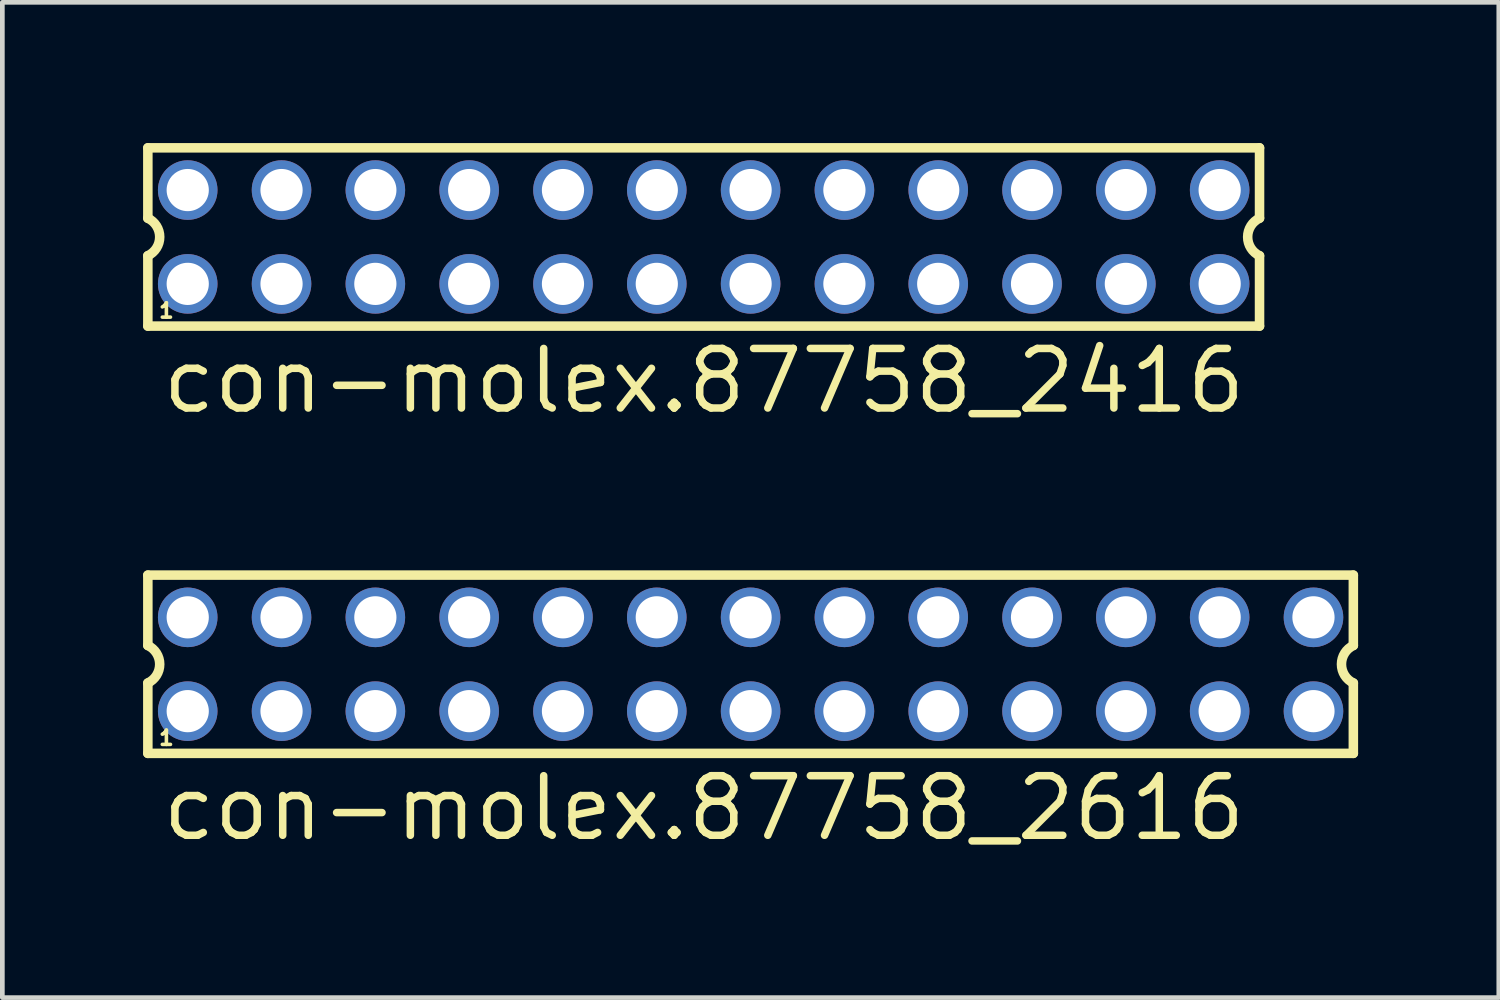
<source format=kicad_pcb>
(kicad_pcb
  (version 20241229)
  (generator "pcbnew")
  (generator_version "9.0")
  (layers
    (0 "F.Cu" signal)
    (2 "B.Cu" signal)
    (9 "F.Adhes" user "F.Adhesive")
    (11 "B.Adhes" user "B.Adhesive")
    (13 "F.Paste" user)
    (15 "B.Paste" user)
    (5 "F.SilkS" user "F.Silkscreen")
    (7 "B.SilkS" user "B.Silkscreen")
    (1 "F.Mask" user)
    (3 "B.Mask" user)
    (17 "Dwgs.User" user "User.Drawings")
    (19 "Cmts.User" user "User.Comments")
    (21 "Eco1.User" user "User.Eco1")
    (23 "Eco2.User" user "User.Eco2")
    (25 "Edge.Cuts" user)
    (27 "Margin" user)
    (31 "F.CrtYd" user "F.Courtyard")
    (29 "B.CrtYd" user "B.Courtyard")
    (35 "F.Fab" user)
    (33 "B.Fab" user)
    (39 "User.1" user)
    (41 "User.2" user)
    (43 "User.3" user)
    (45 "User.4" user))
  (footprint "con-molex.87758_2616"
    (layer "F.Cu")
    (at 12.952 11.111)
    (property "Reference" "con-molex.87758_2616" (at -12.62 3.81 0) (layer "F.SilkS") (effects (font (size 1.27 1.27) (thickness 0.16)) (justify left bottom)))
    (attr through_hole)
    (fp_line (start -12.85 -1.9) (end -12.85 -0.4) (stroke (width 0.203) (type default)) (layer "F.SilkS"))
    (fp_line (start -12.85 0.4) (end -12.85 1.9) (stroke (width 0.203) (type default)) (layer "F.SilkS"))
    (fp_line (start -12.85 1.9) (end 12.85 1.9) (stroke (width 0.203) (type default)) (layer "F.SilkS"))
    (fp_line (start 12.85 -1.9) (end -12.85 -1.9) (stroke (width 0.203) (type default)) (layer "F.SilkS"))
    (fp_line (start 12.85 -0.4) (end 12.85 -1.9) (stroke (width 0.203) (type default)) (layer "F.SilkS"))
    (fp_line (start 12.85 1.9) (end 12.85 0.4) (stroke (width 0.203) (type default)) (layer "F.SilkS"))
    (fp_arc (start -12.85 -0.4) (mid -12.597168 0) (end -12.85 0.4) (stroke (width 0.2032) (type default)) (layer "F.SilkS"))
    (fp_arc (start 12.85 0.4) (mid 12.597168 0) (end 12.85 -0.4) (stroke (width 0.2032) (type default)) (layer "F.SilkS"))
    (fp_rect (start -12.25 -0.75) (end -11.75 -1.25) (stroke (width 0.05) (type default)) (fill no) (layer "F.Fab"))
    (fp_rect (start -12.25 1.25) (end -11.75 0.75) (stroke (width 0.05) (type default)) (fill no) (layer "F.Fab"))
    (fp_rect (start -10.25 -0.75) (end -9.75 -1.25) (stroke (width 0.05) (type default)) (fill no) (layer "F.Fab"))
    (fp_rect (start -10.25 1.25) (end -9.75 0.75) (stroke (width 0.05) (type default)) (fill no) (layer "F.Fab"))
    (fp_rect (start -8.25 -0.75) (end -7.75 -1.25) (stroke (width 0.05) (type default)) (fill no) (layer "F.Fab"))
    (fp_rect (start -8.25 1.25) (end -7.75 0.75) (stroke (width 0.05) (type default)) (fill no) (layer "F.Fab"))
    (fp_rect (start -6.25 -0.75) (end -5.75 -1.25) (stroke (width 0.05) (type default)) (fill no) (layer "F.Fab"))
    (fp_rect (start -6.25 1.25) (end -5.75 0.75) (stroke (width 0.05) (type default)) (fill no) (layer "F.Fab"))
    (fp_rect (start -4.25 -0.75) (end -3.75 -1.25) (stroke (width 0.05) (type default)) (fill no) (layer "F.Fab"))
    (fp_rect (start -4.25 1.25) (end -3.75 0.75) (stroke (width 0.05) (type default)) (fill no) (layer "F.Fab"))
    (fp_rect (start -2.25 -0.75) (end -1.75 -1.25) (stroke (width 0.05) (type default)) (fill no) (layer "F.Fab"))
    (fp_rect (start -2.25 1.25) (end -1.75 0.75) (stroke (width 0.05) (type default)) (fill no) (layer "F.Fab"))
    (fp_rect (start -0.25 -0.75) (end 0.25 -1.25) (stroke (width 0.05) (type default)) (fill no) (layer "F.Fab"))
    (fp_rect (start -0.25 1.25) (end 0.25 0.75) (stroke (width 0.05) (type default)) (fill no) (layer "F.Fab"))
    (fp_rect (start 1.75 -0.75) (end 2.25 -1.25) (stroke (width 0.05) (type default)) (fill no) (layer "F.Fab"))
    (fp_rect (start 1.75 1.25) (end 2.25 0.75) (stroke (width 0.05) (type default)) (fill no) (layer "F.Fab"))
    (fp_rect (start 3.75 -0.75) (end 4.25 -1.25) (stroke (width 0.05) (type default)) (fill no) (layer "F.Fab"))
    (fp_rect (start 3.75 1.25) (end 4.25 0.75) (stroke (width 0.05) (type default)) (fill no) (layer "F.Fab"))
    (fp_rect (start 5.75 -0.75) (end 6.25 -1.25) (stroke (width 0.05) (type default)) (fill no) (layer "F.Fab"))
    (fp_rect (start 5.75 1.25) (end 6.25 0.75) (stroke (width 0.05) (type default)) (fill no) (layer "F.Fab"))
    (fp_rect (start 7.75 -0.75) (end 8.25 -1.25) (stroke (width 0.05) (type default)) (fill no) (layer "F.Fab"))
    (fp_rect (start 7.75 1.25) (end 8.25 0.75) (stroke (width 0.05) (type default)) (fill no) (layer "F.Fab"))
    (fp_rect (start 9.75 -0.75) (end 10.25 -1.25) (stroke (width 0.05) (type default)) (fill no) (layer "F.Fab"))
    (fp_rect (start 9.75 1.25) (end 10.25 0.75) (stroke (width 0.05) (type default)) (fill no) (layer "F.Fab"))
    (fp_rect (start 11.75 -0.75) (end 12.25 -1.25) (stroke (width 0.05) (type default)) (fill no) (layer "F.Fab"))
    (fp_rect (start 11.75 1.25) (end 12.25 0.75) (stroke (width 0.05) (type default)) (fill no) (layer "F.Fab"))
    (fp_text user "1" (at -12.65 1.75 0) (layer "F.SilkS") (effects (font (size 0.305 0.305) (thickness 0.15)) (justify left bottom)))
    (pad "1" thru_hole circle (at -12 1) (size 1.27 1.27) (drill 0.9) (layers "*.Cu" "*.Mask"))
    (pad "2" thru_hole circle (at -12 -1) (size 1.27 1.27) (drill 0.9) (layers "*.Cu" "*.Mask"))
    (pad "3" thru_hole circle (at -10 1) (size 1.27 1.27) (drill 0.9) (layers "*.Cu" "*.Mask"))
    (pad "4" thru_hole circle (at -10 -1) (size 1.27 1.27) (drill 0.9) (layers "*.Cu" "*.Mask"))
    (pad "5" thru_hole circle (at -8 1) (size 1.27 1.27) (drill 0.9) (layers "*.Cu" "*.Mask"))
    (pad "6" thru_hole circle (at -8 -1) (size 1.27 1.27) (drill 0.9) (layers "*.Cu" "*.Mask"))
    (pad "7" thru_hole circle (at -6 1) (size 1.27 1.27) (drill 0.9) (layers "*.Cu" "*.Mask"))
    (pad "8" thru_hole circle (at -6 -1) (size 1.27 1.27) (drill 0.9) (layers "*.Cu" "*.Mask"))
    (pad "9" thru_hole circle (at -4 1) (size 1.27 1.27) (drill 0.9) (layers "*.Cu" "*.Mask"))
    (pad "10" thru_hole circle (at -4 -1) (size 1.27 1.27) (drill 0.9) (layers "*.Cu" "*.Mask"))
    (pad "11" thru_hole circle (at -2 1) (size 1.27 1.27) (drill 0.9) (layers "*.Cu" "*.Mask"))
    (pad "12" thru_hole circle (at -2 -1) (size 1.27 1.27) (drill 0.9) (layers "*.Cu" "*.Mask"))
    (pad "13" thru_hole circle (at 0 1) (size 1.27 1.27) (drill 0.9) (layers "*.Cu" "*.Mask"))
    (pad "14" thru_hole circle (at 0 -1) (size 1.27 1.27) (drill 0.9) (layers "*.Cu" "*.Mask"))
    (pad "15" thru_hole circle (at 2 1) (size 1.27 1.27) (drill 0.9) (layers "*.Cu" "*.Mask"))
    (pad "16" thru_hole circle (at 2 -1) (size 1.27 1.27) (drill 0.9) (layers "*.Cu" "*.Mask"))
    (pad "17" thru_hole circle (at 4 1) (size 1.27 1.27) (drill 0.9) (layers "*.Cu" "*.Mask"))
    (pad "18" thru_hole circle (at 4 -1) (size 1.27 1.27) (drill 0.9) (layers "*.Cu" "*.Mask"))
    (pad "19" thru_hole circle (at 6 1) (size 1.27 1.27) (drill 0.9) (layers "*.Cu" "*.Mask"))
    (pad "20" thru_hole circle (at 6 -1) (size 1.27 1.27) (drill 0.9) (layers "*.Cu" "*.Mask"))
    (pad "21" thru_hole circle (at 8 1) (size 1.27 1.27) (drill 0.9) (layers "*.Cu" "*.Mask"))
    (pad "22" thru_hole circle (at 8 -1) (size 1.27 1.27) (drill 0.9) (layers "*.Cu" "*.Mask"))
    (pad "23" thru_hole circle (at 10 1) (size 1.27 1.27) (drill 0.9) (layers "*.Cu" "*.Mask"))
    (pad "24" thru_hole circle (at 10 -1) (size 1.27 1.27) (drill 0.9) (layers "*.Cu" "*.Mask"))
    (pad "25" thru_hole circle (at 12 1) (size 1.27 1.27) (drill 0.9) (layers "*.Cu" "*.Mask"))
    (pad "26" thru_hole circle (at 12 -1) (size 1.27 1.27) (drill 0.9) (layers "*.Cu" "*.Mask")))
  (footprint "con-molex.87758_2416"
    (layer "F.Cu")
    (at 11.952 2.002)
    (property "Reference" "con-molex.87758_2416" (at -11.62 3.81 0) (layer "F.SilkS") (effects (font (size 1.27 1.27) (thickness 0.16)) (justify left bottom)))
    (attr through_hole)
    (fp_line (start -11.85 -1.9) (end -11.85 -0.4) (stroke (width 0.203) (type default)) (layer "F.SilkS"))
    (fp_line (start -11.85 0.4) (end -11.85 1.9) (stroke (width 0.203) (type default)) (layer "F.SilkS"))
    (fp_line (start -11.85 1.9) (end 11.85 1.9) (stroke (width 0.203) (type default)) (layer "F.SilkS"))
    (fp_line (start 11.85 -1.9) (end -11.85 -1.9) (stroke (width 0.203) (type default)) (layer "F.SilkS"))
    (fp_line (start 11.85 -0.4) (end 11.85 -1.9) (stroke (width 0.203) (type default)) (layer "F.SilkS"))
    (fp_line (start 11.85 1.9) (end 11.85 0.4) (stroke (width 0.203) (type default)) (layer "F.SilkS"))
    (fp_arc (start -11.85 -0.4) (mid -11.597168 0) (end -11.85 0.4) (stroke (width 0.2032) (type default)) (layer "F.SilkS"))
    (fp_arc (start 11.85 0.4) (mid 11.597168 0) (end 11.85 -0.4) (stroke (width 0.2032) (type default)) (layer "F.SilkS"))
    (fp_rect (start -11.25 -0.75) (end -10.75 -1.25) (stroke (width 0.05) (type default)) (fill no) (layer "F.Fab"))
    (fp_rect (start -11.25 1.25) (end -10.75 0.75) (stroke (width 0.05) (type default)) (fill no) (layer "F.Fab"))
    (fp_rect (start -9.25 -0.75) (end -8.75 -1.25) (stroke (width 0.05) (type default)) (fill no) (layer "F.Fab"))
    (fp_rect (start -9.25 1.25) (end -8.75 0.75) (stroke (width 0.05) (type default)) (fill no) (layer "F.Fab"))
    (fp_rect (start -7.25 -0.75) (end -6.75 -1.25) (stroke (width 0.05) (type default)) (fill no) (layer "F.Fab"))
    (fp_rect (start -7.25 1.25) (end -6.75 0.75) (stroke (width 0.05) (type default)) (fill no) (layer "F.Fab"))
    (fp_rect (start -5.25 -0.75) (end -4.75 -1.25) (stroke (width 0.05) (type default)) (fill no) (layer "F.Fab"))
    (fp_rect (start -5.25 1.25) (end -4.75 0.75) (stroke (width 0.05) (type default)) (fill no) (layer "F.Fab"))
    (fp_rect (start -3.25 -0.75) (end -2.75 -1.25) (stroke (width 0.05) (type default)) (fill no) (layer "F.Fab"))
    (fp_rect (start -3.25 1.25) (end -2.75 0.75) (stroke (width 0.05) (type default)) (fill no) (layer "F.Fab"))
    (fp_rect (start -1.25 -0.75) (end -0.75 -1.25) (stroke (width 0.05) (type default)) (fill no) (layer "F.Fab"))
    (fp_rect (start -1.25 1.25) (end -0.75 0.75) (stroke (width 0.05) (type default)) (fill no) (layer "F.Fab"))
    (fp_rect (start 0.75 -0.75) (end 1.25 -1.25) (stroke (width 0.05) (type default)) (fill no) (layer "F.Fab"))
    (fp_rect (start 0.75 1.25) (end 1.25 0.75) (stroke (width 0.05) (type default)) (fill no) (layer "F.Fab"))
    (fp_rect (start 2.75 -0.75) (end 3.25 -1.25) (stroke (width 0.05) (type default)) (fill no) (layer "F.Fab"))
    (fp_rect (start 2.75 1.25) (end 3.25 0.75) (stroke (width 0.05) (type default)) (fill no) (layer "F.Fab"))
    (fp_rect (start 4.75 -0.75) (end 5.25 -1.25) (stroke (width 0.05) (type default)) (fill no) (layer "F.Fab"))
    (fp_rect (start 4.75 1.25) (end 5.25 0.75) (stroke (width 0.05) (type default)) (fill no) (layer "F.Fab"))
    (fp_rect (start 6.75 -0.75) (end 7.25 -1.25) (stroke (width 0.05) (type default)) (fill no) (layer "F.Fab"))
    (fp_rect (start 6.75 1.25) (end 7.25 0.75) (stroke (width 0.05) (type default)) (fill no) (layer "F.Fab"))
    (fp_rect (start 8.75 -0.75) (end 9.25 -1.25) (stroke (width 0.05) (type default)) (fill no) (layer "F.Fab"))
    (fp_rect (start 8.75 1.25) (end 9.25 0.75) (stroke (width 0.05) (type default)) (fill no) (layer "F.Fab"))
    (fp_rect (start 10.75 -0.75) (end 11.25 -1.25) (stroke (width 0.05) (type default)) (fill no) (layer "F.Fab"))
    (fp_rect (start 10.75 1.25) (end 11.25 0.75) (stroke (width 0.05) (type default)) (fill no) (layer "F.Fab"))
    (fp_text user "1" (at -11.65 1.75 0) (layer "F.SilkS") (effects (font (size 0.305 0.305) (thickness 0.15)) (justify left bottom)))
    (pad "1" thru_hole circle (at -11 1) (size 1.27 1.27) (drill 0.9) (layers "*.Cu" "*.Mask"))
    (pad "2" thru_hole circle (at -11 -1) (size 1.27 1.27) (drill 0.9) (layers "*.Cu" "*.Mask"))
    (pad "3" thru_hole circle (at -9 1) (size 1.27 1.27) (drill 0.9) (layers "*.Cu" "*.Mask"))
    (pad "4" thru_hole circle (at -9 -1) (size 1.27 1.27) (drill 0.9) (layers "*.Cu" "*.Mask"))
    (pad "5" thru_hole circle (at -7 1) (size 1.27 1.27) (drill 0.9) (layers "*.Cu" "*.Mask"))
    (pad "6" thru_hole circle (at -7 -1) (size 1.27 1.27) (drill 0.9) (layers "*.Cu" "*.Mask"))
    (pad "7" thru_hole circle (at -5 1) (size 1.27 1.27) (drill 0.9) (layers "*.Cu" "*.Mask"))
    (pad "8" thru_hole circle (at -5 -1) (size 1.27 1.27) (drill 0.9) (layers "*.Cu" "*.Mask"))
    (pad "9" thru_hole circle (at -3 1) (size 1.27 1.27) (drill 0.9) (layers "*.Cu" "*.Mask"))
    (pad "10" thru_hole circle (at -3 -1) (size 1.27 1.27) (drill 0.9) (layers "*.Cu" "*.Mask"))
    (pad "11" thru_hole circle (at -1 1) (size 1.27 1.27) (drill 0.9) (layers "*.Cu" "*.Mask"))
    (pad "12" thru_hole circle (at -1 -1) (size 1.27 1.27) (drill 0.9) (layers "*.Cu" "*.Mask"))
    (pad "13" thru_hole circle (at 1 1) (size 1.27 1.27) (drill 0.9) (layers "*.Cu" "*.Mask"))
    (pad "14" thru_hole circle (at 1 -1) (size 1.27 1.27) (drill 0.9) (layers "*.Cu" "*.Mask"))
    (pad "15" thru_hole circle (at 3 1) (size 1.27 1.27) (drill 0.9) (layers "*.Cu" "*.Mask"))
    (pad "16" thru_hole circle (at 3 -1) (size 1.27 1.27) (drill 0.9) (layers "*.Cu" "*.Mask"))
    (pad "17" thru_hole circle (at 5 1) (size 1.27 1.27) (drill 0.9) (layers "*.Cu" "*.Mask"))
    (pad "18" thru_hole circle (at 5 -1) (size 1.27 1.27) (drill 0.9) (layers "*.Cu" "*.Mask"))
    (pad "19" thru_hole circle (at 7 1) (size 1.27 1.27) (drill 0.9) (layers "*.Cu" "*.Mask"))
    (pad "20" thru_hole circle (at 7 -1) (size 1.27 1.27) (drill 0.9) (layers "*.Cu" "*.Mask"))
    (pad "21" thru_hole circle (at 9 1) (size 1.27 1.27) (drill 0.9) (layers "*.Cu" "*.Mask"))
    (pad "22" thru_hole circle (at 9 -1) (size 1.27 1.27) (drill 0.9) (layers "*.Cu" "*.Mask"))
    (pad "23" thru_hole circle (at 11 1) (size 1.27 1.27) (drill 0.9) (layers "*.Cu" "*.Mask"))
    (pad "24" thru_hole circle (at 11 -1) (size 1.27 1.27) (drill 0.9) (layers "*.Cu" "*.Mask")))
  (gr_rect
    (start -3 -3)
    (end 28.903 18.218)
    (stroke (width 0.1) (type default))
    (fill no)
    (layer "Edge.Cuts")))
</source>
